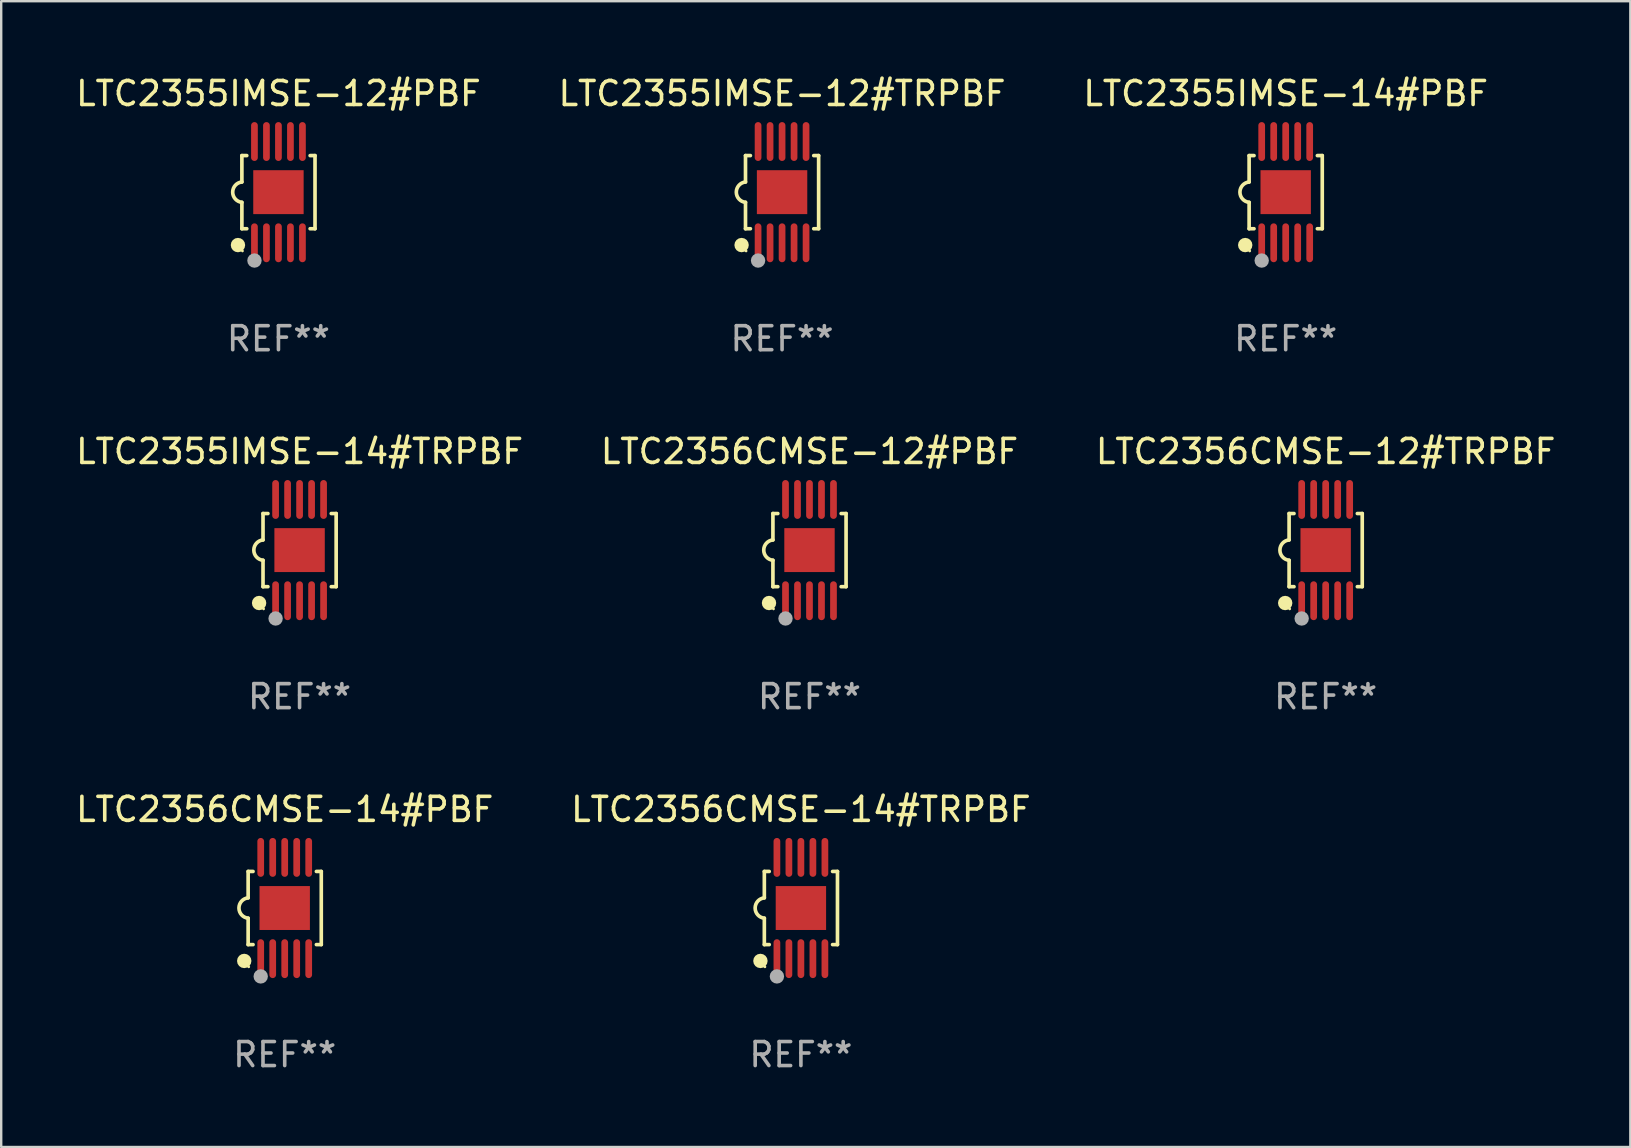
<source format=kicad_pcb>
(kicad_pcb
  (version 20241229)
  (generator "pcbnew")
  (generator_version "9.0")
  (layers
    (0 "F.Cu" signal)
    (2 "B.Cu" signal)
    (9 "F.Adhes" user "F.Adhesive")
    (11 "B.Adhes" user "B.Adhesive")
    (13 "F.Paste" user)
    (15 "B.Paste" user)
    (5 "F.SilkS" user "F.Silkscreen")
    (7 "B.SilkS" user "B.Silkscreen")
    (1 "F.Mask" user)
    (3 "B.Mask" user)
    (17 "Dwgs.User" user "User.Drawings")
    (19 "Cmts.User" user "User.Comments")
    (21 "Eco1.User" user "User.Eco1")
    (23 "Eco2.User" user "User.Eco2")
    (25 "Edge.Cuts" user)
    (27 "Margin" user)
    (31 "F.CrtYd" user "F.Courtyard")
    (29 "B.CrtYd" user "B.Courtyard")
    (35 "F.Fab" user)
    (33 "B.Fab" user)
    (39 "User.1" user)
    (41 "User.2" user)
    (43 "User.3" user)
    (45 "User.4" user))
  (footprint "LTC2356CMSE-12#TRPBF"
    (layer "F.Cu")
    (at 52.196 19.875)
    (property "Reference" "LTC2356CMSE-12#TRPBF" (at 0 -4.11 0) (layer "F.SilkS") (effects (font (size 1 1) (thickness 0.15))))
    (attr through_hole)
    (fp_line (start -1.524 -1.524) (end -1.524 -0.424) (stroke (width 0.152) (type solid)) (layer "F.SilkS"))
    (fp_line (start -1.524 1.524) (end -1.524 0.424) (stroke (width 0.152) (type solid)) (layer "F.SilkS"))
    (fp_line (start -1.524 1.524) (end -1.32 1.524) (stroke (width 0.152) (type solid)) (layer "F.SilkS"))
    (fp_line (start -1.32 -1.524) (end -1.524 -1.524) (stroke (width 0.152) (type solid)) (layer "F.SilkS"))
    (fp_line (start 1.32 1.524) (end 1.524 1.524) (stroke (width 0.152) (type solid)) (layer "F.SilkS"))
    (fp_line (start 1.524 -1.524) (end 1.32 -1.524) (stroke (width 0.152) (type solid)) (layer "F.SilkS"))
    (fp_line (start 1.524 1.524) (end 1.524 -1.524) (stroke (width 0.152) (type solid)) (layer "F.SilkS"))
    (fp_arc (start -1.524003 0.424003) (mid -1.906663 -0.000089) (end -1.524004 -0.424181) (stroke (width 0.151994) (type solid)) (layer "F.SilkS"))
    (fp_circle (center -1.687 2.205) (end -1.537 2.205) (stroke (width 0.3) (type solid)) (fill no) (layer "F.SilkS"))
    (fp_circle (center -1.5 2.45) (end -1.47 2.45) (stroke (width 0.06) (type solid)) (fill no) (layer "F.SilkS"))
    (fp_circle (center -1 2.85) (end -0.85 2.85) (stroke (width 0.3) (type solid)) (fill no) (layer "F.Fab"))
    (fp_text user "REF**" (at 0 6.11 0) (layer "F.Fab") (effects (font (size 1 1) (thickness 0.15))))
    (pad "1" smd oval (at -1 2.11) (size 0.28 1.62) (layers "F.Cu" "F.Mask" "F.Paste"))
    (pad "2" smd oval (at -0.5 2.11) (size 0.28 1.62) (layers "F.Cu" "F.Mask" "F.Paste"))
    (pad "3" smd oval (at 0 2.11) (size 0.28 1.62) (layers "F.Cu" "F.Mask" "F.Paste"))
    (pad "4" smd oval (at 0.5 2.11) (size 0.28 1.62) (layers "F.Cu" "F.Mask" "F.Paste"))
    (pad "5" smd oval (at 1 2.11) (size 0.28 1.62) (layers "F.Cu" "F.Mask" "F.Paste"))
    (pad "6" smd oval (at 1 -2.11) (size 0.28 1.62) (layers "F.Cu" "F.Mask" "F.Paste"))
    (pad "7" smd oval (at 0.5 -2.11) (size 0.28 1.62) (layers "F.Cu" "F.Mask" "F.Paste"))
    (pad "8" smd oval (at 0 -2.11) (size 0.28 1.62) (layers "F.Cu" "F.Mask" "F.Paste"))
    (pad "9" smd oval (at -0.5 -2.11) (size 0.28 1.62) (layers "F.Cu" "F.Mask" "F.Paste"))
    (pad "10" smd oval (at -1 -2.11) (size 0.28 1.62) (layers "F.Cu" "F.Mask" "F.Paste"))
    (pad "11" smd rect (at 0 0) (size 2.1 1.83) (layers "F.Cu" "F.Mask" "F.Paste")))
  (footprint "LTC2355IMSE-14#PBF"
    (layer "F.Cu")
    (at 50.53 4.958)
    (property "Reference" "LTC2355IMSE-14#PBF" (at 0 -4.11 0) (layer "F.SilkS") (effects (font (size 1 1) (thickness 0.15))))
    (attr through_hole)
    (fp_line (start -1.524 -1.524) (end -1.524 -0.424) (stroke (width 0.152) (type solid)) (layer "F.SilkS"))
    (fp_line (start -1.524 1.524) (end -1.524 0.424) (stroke (width 0.152) (type solid)) (layer "F.SilkS"))
    (fp_line (start -1.524 1.524) (end -1.32 1.524) (stroke (width 0.152) (type solid)) (layer "F.SilkS"))
    (fp_line (start -1.32 -1.524) (end -1.524 -1.524) (stroke (width 0.152) (type solid)) (layer "F.SilkS"))
    (fp_line (start 1.32 1.524) (end 1.524 1.524) (stroke (width 0.152) (type solid)) (layer "F.SilkS"))
    (fp_line (start 1.524 -1.524) (end 1.32 -1.524) (stroke (width 0.152) (type solid)) (layer "F.SilkS"))
    (fp_line (start 1.524 1.524) (end 1.524 -1.524) (stroke (width 0.152) (type solid)) (layer "F.SilkS"))
    (fp_arc (start -1.524003 0.424003) (mid -1.906663 -0.000089) (end -1.524004 -0.424181) (stroke (width 0.151994) (type solid)) (layer "F.SilkS"))
    (fp_circle (center -1.687 2.205) (end -1.537 2.205) (stroke (width 0.3) (type solid)) (fill no) (layer "F.SilkS"))
    (fp_circle (center -1.5 2.45) (end -1.47 2.45) (stroke (width 0.06) (type solid)) (fill no) (layer "F.SilkS"))
    (fp_circle (center -1 2.85) (end -0.85 2.85) (stroke (width 0.3) (type solid)) (fill no) (layer "F.Fab"))
    (fp_text user "REF**" (at 0 6.11 0) (layer "F.Fab") (effects (font (size 1 1) (thickness 0.15))))
    (pad "1" smd oval (at -1 2.11) (size 0.28 1.62) (layers "F.Cu" "F.Mask" "F.Paste"))
    (pad "2" smd oval (at -0.5 2.11) (size 0.28 1.62) (layers "F.Cu" "F.Mask" "F.Paste"))
    (pad "3" smd oval (at 0 2.11) (size 0.28 1.62) (layers "F.Cu" "F.Mask" "F.Paste"))
    (pad "4" smd oval (at 0.5 2.11) (size 0.28 1.62) (layers "F.Cu" "F.Mask" "F.Paste"))
    (pad "5" smd oval (at 1 2.11) (size 0.28 1.62) (layers "F.Cu" "F.Mask" "F.Paste"))
    (pad "6" smd oval (at 1 -2.11) (size 0.28 1.62) (layers "F.Cu" "F.Mask" "F.Paste"))
    (pad "7" smd oval (at 0.5 -2.11) (size 0.28 1.62) (layers "F.Cu" "F.Mask" "F.Paste"))
    (pad "8" smd oval (at 0 -2.11) (size 0.28 1.62) (layers "F.Cu" "F.Mask" "F.Paste"))
    (pad "9" smd oval (at -0.5 -2.11) (size 0.28 1.62) (layers "F.Cu" "F.Mask" "F.Paste"))
    (pad "10" smd oval (at -1 -2.11) (size 0.28 1.62) (layers "F.Cu" "F.Mask" "F.Paste"))
    (pad "11" smd rect (at 0 0) (size 2.1 1.83) (layers "F.Cu" "F.Mask" "F.Paste")))
  (footprint "LTC2356CMSE-12#PBF"
    (layer "F.Cu")
    (at 30.685 19.875)
    (property "Reference" "LTC2356CMSE-12#PBF" (at 0 -4.11 0) (layer "F.SilkS") (effects (font (size 1 1) (thickness 0.15))))
    (attr through_hole)
    (fp_line (start -1.524 -1.524) (end -1.524 -0.424) (stroke (width 0.152) (type solid)) (layer "F.SilkS"))
    (fp_line (start -1.524 1.524) (end -1.524 0.424) (stroke (width 0.152) (type solid)) (layer "F.SilkS"))
    (fp_line (start -1.524 1.524) (end -1.32 1.524) (stroke (width 0.152) (type solid)) (layer "F.SilkS"))
    (fp_line (start -1.32 -1.524) (end -1.524 -1.524) (stroke (width 0.152) (type solid)) (layer "F.SilkS"))
    (fp_line (start 1.32 1.524) (end 1.524 1.524) (stroke (width 0.152) (type solid)) (layer "F.SilkS"))
    (fp_line (start 1.524 -1.524) (end 1.32 -1.524) (stroke (width 0.152) (type solid)) (layer "F.SilkS"))
    (fp_line (start 1.524 1.524) (end 1.524 -1.524) (stroke (width 0.152) (type solid)) (layer "F.SilkS"))
    (fp_arc (start -1.524003 0.424003) (mid -1.906663 -0.000089) (end -1.524004 -0.424181) (stroke (width 0.151994) (type solid)) (layer "F.SilkS"))
    (fp_circle (center -1.687 2.205) (end -1.537 2.205) (stroke (width 0.3) (type solid)) (fill no) (layer "F.SilkS"))
    (fp_circle (center -1.5 2.45) (end -1.47 2.45) (stroke (width 0.06) (type solid)) (fill no) (layer "F.SilkS"))
    (fp_circle (center -1 2.85) (end -0.85 2.85) (stroke (width 0.3) (type solid)) (fill no) (layer "F.Fab"))
    (fp_text user "REF**" (at 0 6.11 0) (layer "F.Fab") (effects (font (size 1 1) (thickness 0.15))))
    (pad "1" smd oval (at -1 2.11) (size 0.28 1.62) (layers "F.Cu" "F.Mask" "F.Paste"))
    (pad "2" smd oval (at -0.5 2.11) (size 0.28 1.62) (layers "F.Cu" "F.Mask" "F.Paste"))
    (pad "3" smd oval (at 0 2.11) (size 0.28 1.62) (layers "F.Cu" "F.Mask" "F.Paste"))
    (pad "4" smd oval (at 0.5 2.11) (size 0.28 1.62) (layers "F.Cu" "F.Mask" "F.Paste"))
    (pad "5" smd oval (at 1 2.11) (size 0.28 1.62) (layers "F.Cu" "F.Mask" "F.Paste"))
    (pad "6" smd oval (at 1 -2.11) (size 0.28 1.62) (layers "F.Cu" "F.Mask" "F.Paste"))
    (pad "7" smd oval (at 0.5 -2.11) (size 0.28 1.62) (layers "F.Cu" "F.Mask" "F.Paste"))
    (pad "8" smd oval (at 0 -2.11) (size 0.28 1.62) (layers "F.Cu" "F.Mask" "F.Paste"))
    (pad "9" smd oval (at -0.5 -2.11) (size 0.28 1.62) (layers "F.Cu" "F.Mask" "F.Paste"))
    (pad "10" smd oval (at -1 -2.11) (size 0.28 1.62) (layers "F.Cu" "F.Mask" "F.Paste"))
    (pad "11" smd rect (at 0 0) (size 2.1 1.83) (layers "F.Cu" "F.Mask" "F.Paste")))
  (footprint "LTC2355IMSE-12#PBF"
    (layer "F.Cu")
    (at 8.554 4.958)
    (property "Reference" "LTC2355IMSE-12#PBF" (at 0 -4.11 0) (layer "F.SilkS") (effects (font (size 1 1) (thickness 0.15))))
    (attr through_hole)
    (fp_line (start -1.524 -1.524) (end -1.524 -0.424) (stroke (width 0.152) (type solid)) (layer "F.SilkS"))
    (fp_line (start -1.524 1.524) (end -1.524 0.424) (stroke (width 0.152) (type solid)) (layer "F.SilkS"))
    (fp_line (start -1.524 1.524) (end -1.32 1.524) (stroke (width 0.152) (type solid)) (layer "F.SilkS"))
    (fp_line (start -1.32 -1.524) (end -1.524 -1.524) (stroke (width 0.152) (type solid)) (layer "F.SilkS"))
    (fp_line (start 1.32 1.524) (end 1.524 1.524) (stroke (width 0.152) (type solid)) (layer "F.SilkS"))
    (fp_line (start 1.524 -1.524) (end 1.32 -1.524) (stroke (width 0.152) (type solid)) (layer "F.SilkS"))
    (fp_line (start 1.524 1.524) (end 1.524 -1.524) (stroke (width 0.152) (type solid)) (layer "F.SilkS"))
    (fp_arc (start -1.524003 0.424003) (mid -1.906663 -0.000089) (end -1.524004 -0.424181) (stroke (width 0.151994) (type solid)) (layer "F.SilkS"))
    (fp_circle (center -1.687 2.205) (end -1.537 2.205) (stroke (width 0.3) (type solid)) (fill no) (layer "F.SilkS"))
    (fp_circle (center -1.5 2.45) (end -1.47 2.45) (stroke (width 0.06) (type solid)) (fill no) (layer "F.SilkS"))
    (fp_circle (center -1 2.85) (end -0.85 2.85) (stroke (width 0.3) (type solid)) (fill no) (layer "F.Fab"))
    (fp_text user "REF**" (at 0 6.11 0) (layer "F.Fab") (effects (font (size 1 1) (thickness 0.15))))
    (pad "1" smd oval (at -1 2.11) (size 0.28 1.62) (layers "F.Cu" "F.Mask" "F.Paste"))
    (pad "2" smd oval (at -0.5 2.11) (size 0.28 1.62) (layers "F.Cu" "F.Mask" "F.Paste"))
    (pad "3" smd oval (at 0 2.11) (size 0.28 1.62) (layers "F.Cu" "F.Mask" "F.Paste"))
    (pad "4" smd oval (at 0.5 2.11) (size 0.28 1.62) (layers "F.Cu" "F.Mask" "F.Paste"))
    (pad "5" smd oval (at 1 2.11) (size 0.28 1.62) (layers "F.Cu" "F.Mask" "F.Paste"))
    (pad "6" smd oval (at 1 -2.11) (size 0.28 1.62) (layers "F.Cu" "F.Mask" "F.Paste"))
    (pad "7" smd oval (at 0.5 -2.11) (size 0.28 1.62) (layers "F.Cu" "F.Mask" "F.Paste"))
    (pad "8" smd oval (at 0 -2.11) (size 0.28 1.62) (layers "F.Cu" "F.Mask" "F.Paste"))
    (pad "9" smd oval (at -0.5 -2.11) (size 0.28 1.62) (layers "F.Cu" "F.Mask" "F.Paste"))
    (pad "10" smd oval (at -1 -2.11) (size 0.28 1.62) (layers "F.Cu" "F.Mask" "F.Paste"))
    (pad "11" smd rect (at 0 0) (size 2.1 1.83) (layers "F.Cu" "F.Mask" "F.Paste")))
  (footprint "LTC2356CMSE-14#TRPBF"
    (layer "F.Cu")
    (at 30.327 34.791)
    (property "Reference" "LTC2356CMSE-14#TRPBF" (at 0 -4.11 0) (layer "F.SilkS") (effects (font (size 1 1) (thickness 0.15))))
    (attr through_hole)
    (fp_line (start -1.524 -1.524) (end -1.524 -0.424) (stroke (width 0.152) (type solid)) (layer "F.SilkS"))
    (fp_line (start -1.524 1.524) (end -1.524 0.424) (stroke (width 0.152) (type solid)) (layer "F.SilkS"))
    (fp_line (start -1.524 1.524) (end -1.32 1.524) (stroke (width 0.152) (type solid)) (layer "F.SilkS"))
    (fp_line (start -1.32 -1.524) (end -1.524 -1.524) (stroke (width 0.152) (type solid)) (layer "F.SilkS"))
    (fp_line (start 1.32 1.524) (end 1.524 1.524) (stroke (width 0.152) (type solid)) (layer "F.SilkS"))
    (fp_line (start 1.524 -1.524) (end 1.32 -1.524) (stroke (width 0.152) (type solid)) (layer "F.SilkS"))
    (fp_line (start 1.524 1.524) (end 1.524 -1.524) (stroke (width 0.152) (type solid)) (layer "F.SilkS"))
    (fp_arc (start -1.524003 0.424003) (mid -1.906663 -0.000089) (end -1.524004 -0.424181) (stroke (width 0.151994) (type solid)) (layer "F.SilkS"))
    (fp_circle (center -1.687 2.205) (end -1.537 2.205) (stroke (width 0.3) (type solid)) (fill no) (layer "F.SilkS"))
    (fp_circle (center -1.5 2.45) (end -1.47 2.45) (stroke (width 0.06) (type solid)) (fill no) (layer "F.SilkS"))
    (fp_circle (center -1 2.85) (end -0.85 2.85) (stroke (width 0.3) (type solid)) (fill no) (layer "F.Fab"))
    (fp_text user "REF**" (at 0 6.11 0) (layer "F.Fab") (effects (font (size 1 1) (thickness 0.15))))
    (pad "1" smd oval (at -1 2.11) (size 0.28 1.62) (layers "F.Cu" "F.Mask" "F.Paste"))
    (pad "2" smd oval (at -0.5 2.11) (size 0.28 1.62) (layers "F.Cu" "F.Mask" "F.Paste"))
    (pad "3" smd oval (at 0 2.11) (size 0.28 1.62) (layers "F.Cu" "F.Mask" "F.Paste"))
    (pad "4" smd oval (at 0.5 2.11) (size 0.28 1.62) (layers "F.Cu" "F.Mask" "F.Paste"))
    (pad "5" smd oval (at 1 2.11) (size 0.28 1.62) (layers "F.Cu" "F.Mask" "F.Paste"))
    (pad "6" smd oval (at 1 -2.11) (size 0.28 1.62) (layers "F.Cu" "F.Mask" "F.Paste"))
    (pad "7" smd oval (at 0.5 -2.11) (size 0.28 1.62) (layers "F.Cu" "F.Mask" "F.Paste"))
    (pad "8" smd oval (at 0 -2.11) (size 0.28 1.62) (layers "F.Cu" "F.Mask" "F.Paste"))
    (pad "9" smd oval (at -0.5 -2.11) (size 0.28 1.62) (layers "F.Cu" "F.Mask" "F.Paste"))
    (pad "10" smd oval (at -1 -2.11) (size 0.28 1.62) (layers "F.Cu" "F.Mask" "F.Paste"))
    (pad "11" smd rect (at 0 0) (size 2.1 1.83) (layers "F.Cu" "F.Mask" "F.Paste")))
  (footprint "LTC2355IMSE-14#TRPBF"
    (layer "F.Cu")
    (at 9.435 19.875)
    (property "Reference" "LTC2355IMSE-14#TRPBF" (at 0 -4.11 0) (layer "F.SilkS") (effects (font (size 1 1) (thickness 0.15))))
    (attr through_hole)
    (fp_line (start -1.524 -1.524) (end -1.524 -0.424) (stroke (width 0.152) (type solid)) (layer "F.SilkS"))
    (fp_line (start -1.524 1.524) (end -1.524 0.424) (stroke (width 0.152) (type solid)) (layer "F.SilkS"))
    (fp_line (start -1.524 1.524) (end -1.32 1.524) (stroke (width 0.152) (type solid)) (layer "F.SilkS"))
    (fp_line (start -1.32 -1.524) (end -1.524 -1.524) (stroke (width 0.152) (type solid)) (layer "F.SilkS"))
    (fp_line (start 1.32 1.524) (end 1.524 1.524) (stroke (width 0.152) (type solid)) (layer "F.SilkS"))
    (fp_line (start 1.524 -1.524) (end 1.32 -1.524) (stroke (width 0.152) (type solid)) (layer "F.SilkS"))
    (fp_line (start 1.524 1.524) (end 1.524 -1.524) (stroke (width 0.152) (type solid)) (layer "F.SilkS"))
    (fp_arc (start -1.524003 0.424003) (mid -1.906663 -0.000089) (end -1.524004 -0.424181) (stroke (width 0.151994) (type solid)) (layer "F.SilkS"))
    (fp_circle (center -1.687 2.205) (end -1.537 2.205) (stroke (width 0.3) (type solid)) (fill no) (layer "F.SilkS"))
    (fp_circle (center -1.5 2.45) (end -1.47 2.45) (stroke (width 0.06) (type solid)) (fill no) (layer "F.SilkS"))
    (fp_circle (center -1 2.85) (end -0.85 2.85) (stroke (width 0.3) (type solid)) (fill no) (layer "F.Fab"))
    (fp_text user "REF**" (at 0 6.11 0) (layer "F.Fab") (effects (font (size 1 1) (thickness 0.15))))
    (pad "1" smd oval (at -1 2.11) (size 0.28 1.62) (layers "F.Cu" "F.Mask" "F.Paste"))
    (pad "2" smd oval (at -0.5 2.11) (size 0.28 1.62) (layers "F.Cu" "F.Mask" "F.Paste"))
    (pad "3" smd oval (at 0 2.11) (size 0.28 1.62) (layers "F.Cu" "F.Mask" "F.Paste"))
    (pad "4" smd oval (at 0.5 2.11) (size 0.28 1.62) (layers "F.Cu" "F.Mask" "F.Paste"))
    (pad "5" smd oval (at 1 2.11) (size 0.28 1.62) (layers "F.Cu" "F.Mask" "F.Paste"))
    (pad "6" smd oval (at 1 -2.11) (size 0.28 1.62) (layers "F.Cu" "F.Mask" "F.Paste"))
    (pad "7" smd oval (at 0.5 -2.11) (size 0.28 1.62) (layers "F.Cu" "F.Mask" "F.Paste"))
    (pad "8" smd oval (at 0 -2.11) (size 0.28 1.62) (layers "F.Cu" "F.Mask" "F.Paste"))
    (pad "9" smd oval (at -0.5 -2.11) (size 0.28 1.62) (layers "F.Cu" "F.Mask" "F.Paste"))
    (pad "10" smd oval (at -1 -2.11) (size 0.28 1.62) (layers "F.Cu" "F.Mask" "F.Paste"))
    (pad "11" smd rect (at 0 0) (size 2.1 1.83) (layers "F.Cu" "F.Mask" "F.Paste")))
  (footprint "LTC2355IMSE-12#TRPBF"
    (layer "F.Cu")
    (at 29.542 4.958)
    (property "Reference" "LTC2355IMSE-12#TRPBF" (at 0 -4.11 0) (layer "F.SilkS") (effects (font (size 1 1) (thickness 0.15))))
    (attr through_hole)
    (fp_line (start -1.524 -1.524) (end -1.524 -0.424) (stroke (width 0.152) (type solid)) (layer "F.SilkS"))
    (fp_line (start -1.524 1.524) (end -1.524 0.424) (stroke (width 0.152) (type solid)) (layer "F.SilkS"))
    (fp_line (start -1.524 1.524) (end -1.32 1.524) (stroke (width 0.152) (type solid)) (layer "F.SilkS"))
    (fp_line (start -1.32 -1.524) (end -1.524 -1.524) (stroke (width 0.152) (type solid)) (layer "F.SilkS"))
    (fp_line (start 1.32 1.524) (end 1.524 1.524) (stroke (width 0.152) (type solid)) (layer "F.SilkS"))
    (fp_line (start 1.524 -1.524) (end 1.32 -1.524) (stroke (width 0.152) (type solid)) (layer "F.SilkS"))
    (fp_line (start 1.524 1.524) (end 1.524 -1.524) (stroke (width 0.152) (type solid)) (layer "F.SilkS"))
    (fp_arc (start -1.524003 0.424003) (mid -1.906663 -0.000089) (end -1.524004 -0.424181) (stroke (width 0.151994) (type solid)) (layer "F.SilkS"))
    (fp_circle (center -1.687 2.205) (end -1.537 2.205) (stroke (width 0.3) (type solid)) (fill no) (layer "F.SilkS"))
    (fp_circle (center -1.5 2.45) (end -1.47 2.45) (stroke (width 0.06) (type solid)) (fill no) (layer "F.SilkS"))
    (fp_circle (center -1 2.85) (end -0.85 2.85) (stroke (width 0.3) (type solid)) (fill no) (layer "F.Fab"))
    (fp_text user "REF**" (at 0 6.11 0) (layer "F.Fab") (effects (font (size 1 1) (thickness 0.15))))
    (pad "1" smd oval (at -1 2.11) (size 0.28 1.62) (layers "F.Cu" "F.Mask" "F.Paste"))
    (pad "2" smd oval (at -0.5 2.11) (size 0.28 1.62) (layers "F.Cu" "F.Mask" "F.Paste"))
    (pad "3" smd oval (at 0 2.11) (size 0.28 1.62) (layers "F.Cu" "F.Mask" "F.Paste"))
    (pad "4" smd oval (at 0.5 2.11) (size 0.28 1.62) (layers "F.Cu" "F.Mask" "F.Paste"))
    (pad "5" smd oval (at 1 2.11) (size 0.28 1.62) (layers "F.Cu" "F.Mask" "F.Paste"))
    (pad "6" smd oval (at 1 -2.11) (size 0.28 1.62) (layers "F.Cu" "F.Mask" "F.Paste"))
    (pad "7" smd oval (at 0.5 -2.11) (size 0.28 1.62) (layers "F.Cu" "F.Mask" "F.Paste"))
    (pad "8" smd oval (at 0 -2.11) (size 0.28 1.62) (layers "F.Cu" "F.Mask" "F.Paste"))
    (pad "9" smd oval (at -0.5 -2.11) (size 0.28 1.62) (layers "F.Cu" "F.Mask" "F.Paste"))
    (pad "10" smd oval (at -1 -2.11) (size 0.28 1.62) (layers "F.Cu" "F.Mask" "F.Paste"))
    (pad "11" smd rect (at 0 0) (size 2.1 1.83) (layers "F.Cu" "F.Mask" "F.Paste")))
  (footprint "LTC2356CMSE-14#PBF"
    (layer "F.Cu")
    (at 8.815 34.791)
    (property "Reference" "LTC2356CMSE-14#PBF" (at 0 -4.11 0) (layer "F.SilkS") (effects (font (size 1 1) (thickness 0.15))))
    (attr through_hole)
    (fp_line (start -1.524 -1.524) (end -1.524 -0.424) (stroke (width 0.152) (type solid)) (layer "F.SilkS"))
    (fp_line (start -1.524 1.524) (end -1.524 0.424) (stroke (width 0.152) (type solid)) (layer "F.SilkS"))
    (fp_line (start -1.524 1.524) (end -1.32 1.524) (stroke (width 0.152) (type solid)) (layer "F.SilkS"))
    (fp_line (start -1.32 -1.524) (end -1.524 -1.524) (stroke (width 0.152) (type solid)) (layer "F.SilkS"))
    (fp_line (start 1.32 1.524) (end 1.524 1.524) (stroke (width 0.152) (type solid)) (layer "F.SilkS"))
    (fp_line (start 1.524 -1.524) (end 1.32 -1.524) (stroke (width 0.152) (type solid)) (layer "F.SilkS"))
    (fp_line (start 1.524 1.524) (end 1.524 -1.524) (stroke (width 0.152) (type solid)) (layer "F.SilkS"))
    (fp_arc (start -1.524003 0.424003) (mid -1.906663 -0.000089) (end -1.524004 -0.424181) (stroke (width 0.151994) (type solid)) (layer "F.SilkS"))
    (fp_circle (center -1.687 2.205) (end -1.537 2.205) (stroke (width 0.3) (type solid)) (fill no) (layer "F.SilkS"))
    (fp_circle (center -1.5 2.45) (end -1.47 2.45) (stroke (width 0.06) (type solid)) (fill no) (layer "F.SilkS"))
    (fp_circle (center -1 2.85) (end -0.85 2.85) (stroke (width 0.3) (type solid)) (fill no) (layer "F.Fab"))
    (fp_text user "REF**" (at 0 6.11 0) (layer "F.Fab") (effects (font (size 1 1) (thickness 0.15))))
    (pad "1" smd oval (at -1 2.11) (size 0.28 1.62) (layers "F.Cu" "F.Mask" "F.Paste"))
    (pad "2" smd oval (at -0.5 2.11) (size 0.28 1.62) (layers "F.Cu" "F.Mask" "F.Paste"))
    (pad "3" smd oval (at 0 2.11) (size 0.28 1.62) (layers "F.Cu" "F.Mask" "F.Paste"))
    (pad "4" smd oval (at 0.5 2.11) (size 0.28 1.62) (layers "F.Cu" "F.Mask" "F.Paste"))
    (pad "5" smd oval (at 1 2.11) (size 0.28 1.62) (layers "F.Cu" "F.Mask" "F.Paste"))
    (pad "6" smd oval (at 1 -2.11) (size 0.28 1.62) (layers "F.Cu" "F.Mask" "F.Paste"))
    (pad "7" smd oval (at 0.5 -2.11) (size 0.28 1.62) (layers "F.Cu" "F.Mask" "F.Paste"))
    (pad "8" smd oval (at 0 -2.11) (size 0.28 1.62) (layers "F.Cu" "F.Mask" "F.Paste"))
    (pad "9" smd oval (at -0.5 -2.11) (size 0.28 1.62) (layers "F.Cu" "F.Mask" "F.Paste"))
    (pad "10" smd oval (at -1 -2.11) (size 0.28 1.62) (layers "F.Cu" "F.Mask" "F.Paste"))
    (pad "11" smd rect (at 0 0) (size 2.1 1.83) (layers "F.Cu" "F.Mask" "F.Paste")))
  (gr_rect
    (start -3 -3)
    (end 64.893 44.749)
    (stroke (width 0.1) (type default))
    (fill no)
    (layer "Edge.Cuts")))
</source>
